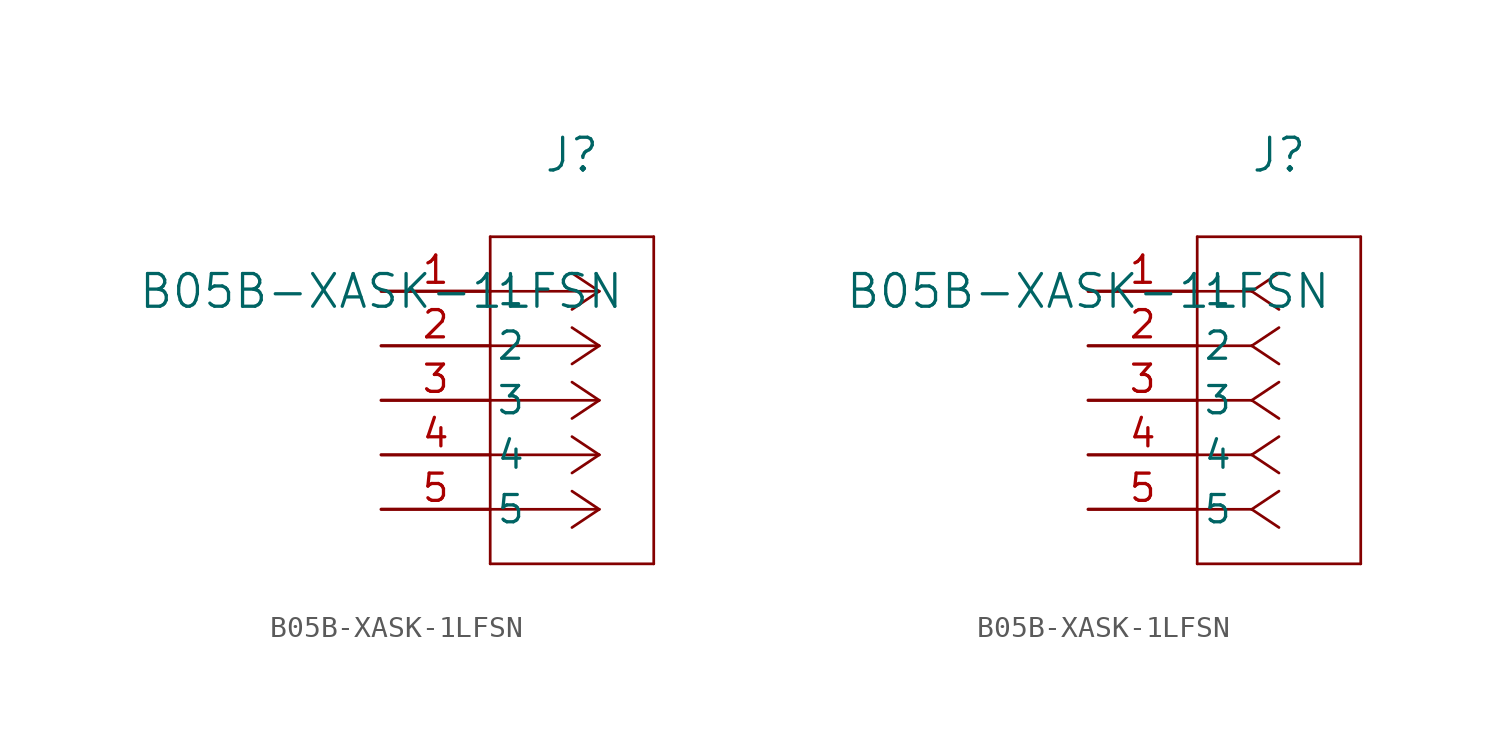
<source format=kicad_sym>
(kicad_symbol_lib
  (version 20211014)
  (generator kicad_symbol_editor)
  (symbol "B05B-XASK-1LFSN"
    (pin_names
      (offset 0.254))
    (property "Reference" "J"
      (at 8.89 6.35 0)
      (effects (font (size 1.524 1.524))))
    (property "Value" "B05B-XASK-1LFSN"
      (at 0 0 0)
      (effects (font (size 1.524 1.524))))
    (symbol "B05B-XASK-1LFSN_1_1"
      (polyline (pts (xy 10.16 0) (xy 5.08 0)) (stroke (width 0.127) (type default) (color 0 0 0 0)) (fill (type none)))
      (polyline (pts (xy 10.16 -2.54) (xy 5.08 -2.54)) (stroke (width 0.127) (type default) (color 0 0 0 0)) (fill (type none)))
      (polyline (pts (xy 10.16 -5.08) (xy 5.08 -5.08)) (stroke (width 0.127) (type default) (color 0 0 0 0)) (fill (type none)))
      (polyline (pts (xy 10.16 -7.62) (xy 5.08 -7.62)) (stroke (width 0.127) (type default) (color 0 0 0 0)) (fill (type none)))
      (polyline (pts (xy 10.16 -10.16) (xy 5.08 -10.16)) (stroke (width 0.127) (type default) (color 0 0 0 0)) (fill (type none)))
      (polyline (pts (xy 10.16 0) (xy 8.89 0.847)) (stroke (width 0.127) (type default) (color 0 0 0 0)) (fill (type none)))
      (polyline (pts (xy 10.16 -2.54) (xy 8.89 -1.693)) (stroke (width 0.127) (type default) (color 0 0 0 0)) (fill (type none)))
      (polyline (pts (xy 10.16 -5.08) (xy 8.89 -4.233)) (stroke (width 0.127) (type default) (color 0 0 0 0)) (fill (type none)))
      (polyline (pts (xy 10.16 -7.62) (xy 8.89 -6.773)) (stroke (width 0.127) (type default) (color 0 0 0 0)) (fill (type none)))
      (polyline (pts (xy 10.16 -10.16) (xy 8.89 -9.313)) (stroke (width 0.127) (type default) (color 0 0 0 0)) (fill (type none)))
      (polyline (pts (xy 10.16 0) (xy 8.89 -0.847)) (stroke (width 0.127) (type default) (color 0 0 0 0)) (fill (type none)))
      (polyline (pts (xy 10.16 -2.54) (xy 8.89 -3.387)) (stroke (width 0.127) (type default) (color 0 0 0 0)) (fill (type none)))
      (polyline (pts (xy 10.16 -5.08) (xy 8.89 -5.927)) (stroke (width 0.127) (type default) (color 0 0 0 0)) (fill (type none)))
      (polyline (pts (xy 10.16 -7.62) (xy 8.89 -8.467)) (stroke (width 0.127) (type default) (color 0 0 0 0)) (fill (type none)))
      (polyline (pts (xy 10.16 -10.16) (xy 8.89 -11.007)) (stroke (width 0.127) (type default) (color 0 0 0 0)) (fill (type none)))
      (polyline (pts (xy 5.08 2.54) (xy 5.08 -12.7)) (stroke (width 0.127) (type default) (color 0 0 0 0)) (fill (type none)))
      (polyline (pts (xy 5.08 -12.7) (xy 12.7 -12.7)) (stroke (width 0.127) (type default) (color 0 0 0 0)) (fill (type none)))
      (polyline (pts (xy 12.7 -12.7) (xy 12.7 2.54)) (stroke (width 0.127) (type default) (color 0 0 0 0)) (fill (type none)))
      (polyline (pts (xy 12.7 2.54) (xy 5.08 2.54)) (stroke (width 0.127) (type default) (color 0 0 0 0)) (fill (type none)))
      (pin unspecified line (at 0 0 0) (length 5.08) (name "1" (effects (font (size 1.27 1.27)))) (number "1" (effects (font (size 1.27 1.27)))))
      (pin unspecified line (at 0 -2.54 0) (length 5.08) (name "2" (effects (font (size 1.27 1.27)))) (number "2" (effects (font (size 1.27 1.27)))))
      (pin unspecified line (at 0 -5.08 0) (length 5.08) (name "3" (effects (font (size 1.27 1.27)))) (number "3" (effects (font (size 1.27 1.27)))))
      (pin unspecified line (at 0 -7.62 0) (length 5.08) (name "4" (effects (font (size 1.27 1.27)))) (number "4" (effects (font (size 1.27 1.27)))))
      (pin unspecified line (at 0 -10.16 0) (length 5.08) (name "5" (effects (font (size 1.27 1.27)))) (number "5" (effects (font (size 1.27 1.27))))))
    (symbol "B05B-XASK-1LFSN_1_2"
      (polyline (pts (xy 7.62 0) (xy 5.08 0)) (stroke (width 0.127) (type default) (color 0 0 0 0)) (fill (type none)))
      (polyline (pts (xy 7.62 -2.54) (xy 5.08 -2.54)) (stroke (width 0.127) (type default) (color 0 0 0 0)) (fill (type none)))
      (polyline (pts (xy 7.62 -5.08) (xy 5.08 -5.08)) (stroke (width 0.127) (type default) (color 0 0 0 0)) (fill (type none)))
      (polyline (pts (xy 7.62 -7.62) (xy 5.08 -7.62)) (stroke (width 0.127) (type default) (color 0 0 0 0)) (fill (type none)))
      (polyline (pts (xy 7.62 -10.16) (xy 5.08 -10.16)) (stroke (width 0.127) (type default) (color 0 0 0 0)) (fill (type none)))
      (polyline (pts (xy 7.62 0) (xy 8.89 0.847)) (stroke (width 0.127) (type default) (color 0 0 0 0)) (fill (type none)))
      (polyline (pts (xy 7.62 -2.54) (xy 8.89 -1.693)) (stroke (width 0.127) (type default) (color 0 0 0 0)) (fill (type none)))
      (polyline (pts (xy 7.62 -5.08) (xy 8.89 -4.233)) (stroke (width 0.127) (type default) (color 0 0 0 0)) (fill (type none)))
      (polyline (pts (xy 7.62 -7.62) (xy 8.89 -6.773)) (stroke (width 0.127) (type default) (color 0 0 0 0)) (fill (type none)))
      (polyline (pts (xy 7.62 -10.16) (xy 8.89 -9.313)) (stroke (width 0.127) (type default) (color 0 0 0 0)) (fill (type none)))
      (polyline (pts (xy 7.62 0) (xy 8.89 -0.847)) (stroke (width 0.127) (type default) (color 0 0 0 0)) (fill (type none)))
      (polyline (pts (xy 7.62 -2.54) (xy 8.89 -3.387)) (stroke (width 0.127) (type default) (color 0 0 0 0)) (fill (type none)))
      (polyline (pts (xy 7.62 -5.08) (xy 8.89 -5.927)) (stroke (width 0.127) (type default) (color 0 0 0 0)) (fill (type none)))
      (polyline (pts (xy 7.62 -7.62) (xy 8.89 -8.467)) (stroke (width 0.127) (type default) (color 0 0 0 0)) (fill (type none)))
      (polyline (pts (xy 7.62 -10.16) (xy 8.89 -11.007)) (stroke (width 0.127) (type default) (color 0 0 0 0)) (fill (type none)))
      (polyline (pts (xy 5.08 2.54) (xy 5.08 -12.7)) (stroke (width 0.127) (type default) (color 0 0 0 0)) (fill (type none)))
      (polyline (pts (xy 5.08 -12.7) (xy 12.7 -12.7)) (stroke (width 0.127) (type default) (color 0 0 0 0)) (fill (type none)))
      (polyline (pts (xy 12.7 -12.7) (xy 12.7 2.54)) (stroke (width 0.127) (type default) (color 0 0 0 0)) (fill (type none)))
      (polyline (pts (xy 12.7 2.54) (xy 5.08 2.54)) (stroke (width 0.127) (type default) (color 0 0 0 0)) (fill (type none)))
      (pin unspecified line (at 0 0 0) (length 5.08) (name "1" (effects (font (size 1.27 1.27)))) (number "1" (effects (font (size 1.27 1.27)))))
      (pin unspecified line (at 0 -2.54 0) (length 5.08) (name "2" (effects (font (size 1.27 1.27)))) (number "2" (effects (font (size 1.27 1.27)))))
      (pin unspecified line (at 0 -5.08 0) (length 5.08) (name "3" (effects (font (size 1.27 1.27)))) (number "3" (effects (font (size 1.27 1.27)))))
      (pin unspecified line (at 0 -7.62 0) (length 5.08) (name "4" (effects (font (size 1.27 1.27)))) (number "4" (effects (font (size 1.27 1.27)))))
      (pin unspecified line (at 0 -10.16 0) (length 5.08) (name "5" (effects (font (size 1.27 1.27)))) (number "5" (effects (font (size 1.27 1.27))))))))
</source>
